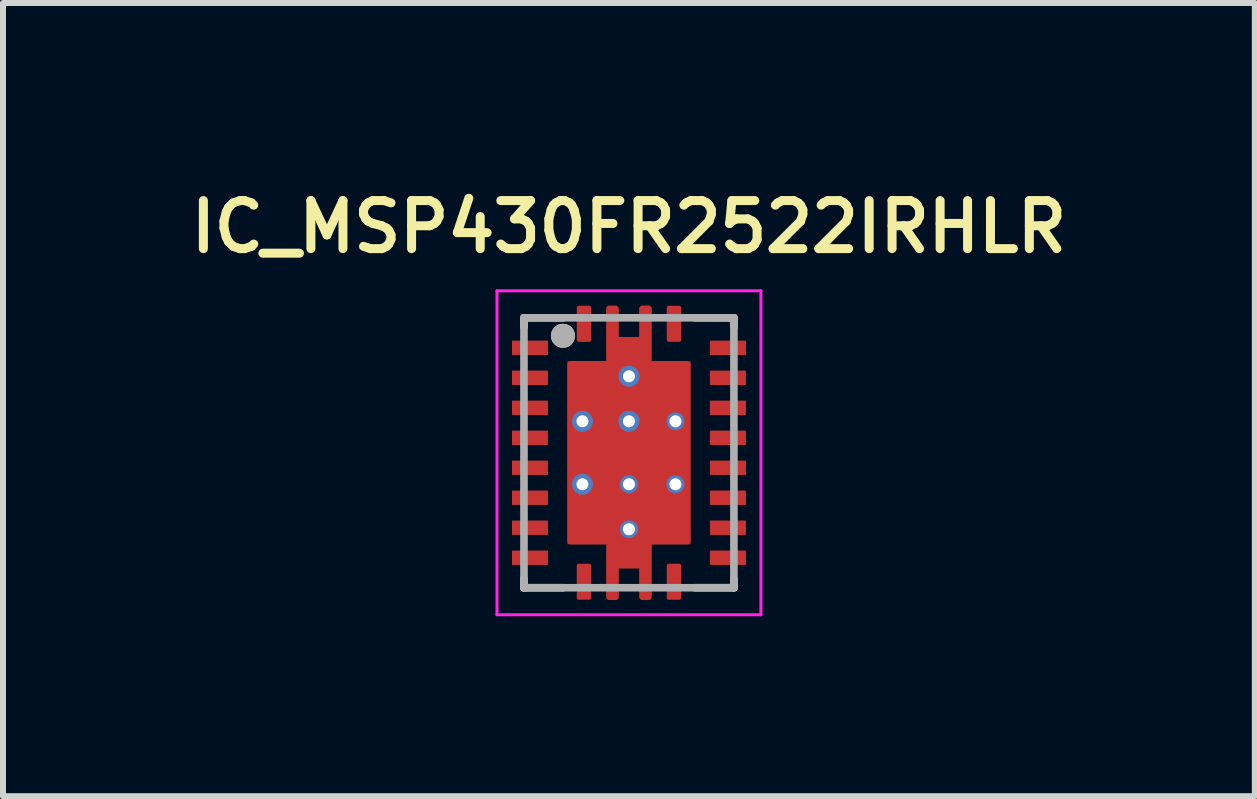
<source format=kicad_pcb>
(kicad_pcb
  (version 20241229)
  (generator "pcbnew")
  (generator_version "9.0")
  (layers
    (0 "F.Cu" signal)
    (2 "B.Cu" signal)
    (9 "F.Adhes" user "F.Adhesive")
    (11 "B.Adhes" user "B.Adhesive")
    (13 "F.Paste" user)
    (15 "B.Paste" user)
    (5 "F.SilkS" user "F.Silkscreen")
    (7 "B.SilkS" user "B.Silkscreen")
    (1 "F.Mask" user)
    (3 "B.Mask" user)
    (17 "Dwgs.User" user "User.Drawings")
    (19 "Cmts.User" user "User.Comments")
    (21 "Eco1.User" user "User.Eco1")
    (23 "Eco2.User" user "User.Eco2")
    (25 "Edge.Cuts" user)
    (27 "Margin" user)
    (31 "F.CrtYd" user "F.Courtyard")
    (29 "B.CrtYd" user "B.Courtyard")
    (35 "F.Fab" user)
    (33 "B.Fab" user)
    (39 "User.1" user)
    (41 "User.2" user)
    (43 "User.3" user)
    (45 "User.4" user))
  (footprint "IC_MSP430FR2522IRHLR"
    (layer "F.Cu")
    (at 7.435 4.498)
    (property "Reference" "IC_MSP430FR2522IRHLR" (at 0 -3.766 0) (layer "F.SilkS") (effects (font (size 0.801 0.801) (thickness 0.15))))
    (attr smd)
    (fp_poly (pts (xy -0.477 -1.627) (xy -0.477 -2.4) (xy -0.477 -2.408) (xy -0.476 -2.416) (xy -0.475 -2.424) (xy -0.474 -2.432) (xy -0.472 -2.439) (xy -0.47 -2.447) (xy -0.467 -2.454) (xy -0.464 -2.462) (xy -0.46 -2.469) (xy -0.457 -2.476) (xy -0.452 -2.483) (xy -0.448 -2.489) (xy -0.443 -2.496) (xy -0.438 -2.502) (xy -0.432 -2.507) (xy -0.427 -2.513) (xy -0.421 -2.518) (xy -0.414 -2.523) (xy -0.408 -2.527) (xy -0.401 -2.532) (xy -0.394 -2.535) (xy -0.387 -2.539) (xy -0.379 -2.542) (xy -0.372 -2.545) (xy -0.364 -2.547) (xy -0.357 -2.549) (xy -0.349 -2.55) (xy -0.341 -2.551) (xy -0.333 -2.552) (xy -0.325 -2.552) (xy -0.225 -2.552) (xy -0.217 -2.552) (xy -0.209 -2.551) (xy -0.201 -2.55) (xy -0.193 -2.549) (xy -0.186 -2.547) (xy -0.178 -2.545) (xy -0.171 -2.542) (xy -0.163 -2.539) (xy -0.156 -2.535) (xy -0.149 -2.532) (xy -0.142 -2.527) (xy -0.136 -2.523) (xy -0.129 -2.518) (xy -0.123 -2.513) (xy -0.118 -2.507) (xy -0.112 -2.502) (xy -0.107 -2.496) (xy -0.102 -2.489) (xy -0.098 -2.483) (xy -0.093 -2.476) (xy -0.09 -2.469) (xy -0.086 -2.462) (xy -0.083 -2.454) (xy -0.08 -2.447) (xy -0.078 -2.439) (xy -0.076 -2.432) (xy -0.075 -2.424) (xy -0.074 -2.416) (xy -0.073 -2.408) (xy -0.073 -2.4) (xy -0.073 -2.027) (xy 0.072 -2.027) (xy 0.073 -2.027) (xy 0.073 -2.402) (xy 0.073 -2.41) (xy 0.074 -2.418) (xy 0.075 -2.425) (xy 0.076 -2.433) (xy 0.078 -2.441) (xy 0.08 -2.448) (xy 0.083 -2.456) (xy 0.086 -2.463) (xy 0.089 -2.47) (xy 0.093 -2.477) (xy 0.097 -2.484) (xy 0.102 -2.49) (xy 0.106 -2.496) (xy 0.112 -2.502) (xy 0.117 -2.508) (xy 0.123 -2.513) (xy 0.129 -2.519) (xy 0.135 -2.523) (xy 0.141 -2.528) (xy 0.148 -2.532) (xy 0.155 -2.536) (xy 0.162 -2.539) (xy 0.169 -2.542) (xy 0.177 -2.545) (xy 0.184 -2.547) (xy 0.192 -2.549) (xy 0.2 -2.55) (xy 0.207 -2.551) (xy 0.215 -2.552) (xy 0.223 -2.552) (xy 0.326 -2.552) (xy 0.334 -2.552) (xy 0.342 -2.551) (xy 0.35 -2.55) (xy 0.357 -2.549) (xy 0.365 -2.547) (xy 0.373 -2.545) (xy 0.38 -2.542) (xy 0.387 -2.539) (xy 0.395 -2.536) (xy 0.401 -2.532) (xy 0.408 -2.528) (xy 0.415 -2.523) (xy 0.421 -2.518) (xy 0.427 -2.513) (xy 0.433 -2.508) (xy 0.438 -2.502) (xy 0.443 -2.496) (xy 0.448 -2.49) (xy 0.453 -2.483) (xy 0.457 -2.476) (xy 0.461 -2.47) (xy 0.464 -2.462) (xy 0.467 -2.455) (xy 0.47 -2.448) (xy 0.472 -2.44) (xy 0.474 -2.432) (xy 0.475 -2.425) (xy 0.476 -2.417) (xy 0.477 -2.409) (xy 0.477 -2.401) (xy 0.477 -1.627) (xy 0.975 -1.627) (xy 0.983 -1.627) (xy 0.991 -1.626) (xy 0.999 -1.625) (xy 1.007 -1.624) (xy 1.014 -1.622) (xy 1.022 -1.62) (xy 1.029 -1.617) (xy 1.037 -1.614) (xy 1.044 -1.61) (xy 1.051 -1.607) (xy 1.058 -1.602) (xy 1.064 -1.598) (xy 1.071 -1.593) (xy 1.077 -1.588) (xy 1.082 -1.582) (xy 1.088 -1.577) (xy 1.093 -1.571) (xy 1.098 -1.564) (xy 1.102 -1.558) (xy 1.107 -1.551) (xy 1.11 -1.544) (xy 1.114 -1.537) (xy 1.117 -1.529) (xy 1.12 -1.522) (xy 1.122 -1.514) (xy 1.124 -1.507) (xy 1.125 -1.499) (xy 1.126 -1.491) (xy 1.127 -1.483) (xy 1.127 -1.475) (xy 1.127 1.476) (xy 1.127 1.484) (xy 1.126 1.492) (xy 1.125 1.499) (xy 1.124 1.507) (xy 1.122 1.515) (xy 1.12 1.522) (xy 1.117 1.53) (xy 1.114 1.537) (xy 1.111 1.544) (xy 1.107 1.551) (xy 1.103 1.558) (xy 1.098 1.564) (xy 1.094 1.57) (xy 1.088 1.576) (xy 1.083 1.582) (xy 1.077 1.587) (xy 1.071 1.593) (xy 1.065 1.597) (xy 1.059 1.602) (xy 1.052 1.606) (xy 1.045 1.61) (xy 1.038 1.613) (xy 1.031 1.616) (xy 1.023 1.619) (xy 1.016 1.621) (xy 1.008 1.623) (xy 1 1.624) (xy 0.993 1.625) (xy 0.985 1.626) (xy 0.977 1.626) (xy 0.478 1.626) (xy 0.477 1.626) (xy 0.477 1.627) (xy 0.477 2.401) (xy 0.477 2.409) (xy 0.476 2.417) (xy 0.475 2.424) (xy 0.474 2.432) (xy 0.472 2.44) (xy 0.47 2.447) (xy 0.467 2.455) (xy 0.464 2.462) (xy 0.461 2.469) (xy 0.457 2.476) (xy 0.453 2.483) (xy 0.448 2.489) (xy 0.444 2.495) (xy 0.438 2.501) (xy 0.433 2.507) (xy 0.427 2.512) (xy 0.421 2.518) (xy 0.415 2.522) (xy 0.409 2.527) (xy 0.402 2.531) (xy 0.395 2.535) (xy 0.388 2.538) (xy 0.381 2.541) (xy 0.373 2.544) (xy 0.366 2.546) (xy 0.358 2.548) (xy 0.35 2.549) (xy 0.343 2.55) (xy 0.335 2.551) (xy 0.327 2.551) (xy 0.222 2.551) (xy 0.214 2.551) (xy 0.206 2.55) (xy 0.199 2.549) (xy 0.191 2.548) (xy 0.183 2.546) (xy 0.176 2.544) (xy 0.169 2.541) (xy 0.161 2.538) (xy 0.154 2.535) (xy 0.147 2.531) (xy 0.141 2.527) (xy 0.134 2.523) (xy 0.128 2.518) (xy 0.122 2.513) (xy 0.117 2.507) (xy 0.111 2.502) (xy 0.106 2.496) (xy 0.101 2.49) (xy 0.097 2.483) (xy 0.093 2.477) (xy 0.089 2.47) (xy 0.086 2.463) (xy 0.083 2.455) (xy 0.08 2.448) (xy 0.078 2.441) (xy 0.076 2.433) (xy 0.075 2.425) (xy 0.074 2.418) (xy 0.073 2.41) (xy 0.073 2.402) (xy 0.073 2.027) (xy -0.072 2.027) (xy -0.073 2.027) (xy -0.073 2.028) (xy -0.073 2.401) (xy -0.073 2.409) (xy -0.074 2.417) (xy -0.075 2.424) (xy -0.076 2.432) (xy -0.078 2.44) (xy -0.08 2.447) (xy -0.083 2.455) (xy -0.086 2.462) (xy -0.089 2.469) (xy -0.093 2.476) (xy -0.097 2.483) (xy -0.102 2.489) (xy -0.106 2.495) (xy -0.112 2.501) (xy -0.117 2.507) (xy -0.123 2.512) (xy -0.129 2.518) (xy -0.135 2.522) (xy -0.141 2.527) (xy -0.148 2.531) (xy -0.155 2.535) (xy -0.162 2.538) (xy -0.169 2.541) (xy -0.177 2.544) (xy -0.184 2.546) (xy -0.192 2.548) (xy -0.2 2.549) (xy -0.207 2.55) (xy -0.215 2.551) (xy -0.223 2.551) (xy -0.329 2.551) (xy -0.337 2.551) (xy -0.344 2.55) (xy -0.352 2.549) (xy -0.36 2.548) (xy -0.367 2.546) (xy -0.375 2.544) (xy -0.382 2.541) (xy -0.389 2.538) (xy -0.396 2.535) (xy -0.403 2.531) (xy -0.41 2.527) (xy -0.416 2.523) (xy -0.422 2.518) (xy -0.428 2.513) (xy -0.434 2.508) (xy -0.439 2.502) (xy -0.444 2.496) (xy -0.449 2.49) (xy -0.453 2.484) (xy -0.457 2.477) (xy -0.461 2.47) (xy -0.464 2.463) (xy -0.467 2.456) (xy -0.47 2.449) (xy -0.472 2.441) (xy -0.474 2.434) (xy -0.475 2.426) (xy -0.476 2.418) (xy -0.477 2.411) (xy -0.477 2.403) (xy -0.477 1.627) (xy -0.975 1.627) (xy -0.983 1.627) (xy -0.991 1.626) (xy -0.999 1.625) (xy -1.007 1.624) (xy -1.014 1.622) (xy -1.022 1.62) (xy -1.029 1.617) (xy -1.037 1.614) (xy -1.044 1.61) (xy -1.051 1.607) (xy -1.058 1.602) (xy -1.064 1.598) (xy -1.071 1.593) (xy -1.077 1.588) (xy -1.082 1.582) (xy -1.088 1.577) (xy -1.093 1.571) (xy -1.098 1.564) (xy -1.102 1.558) (xy -1.107 1.551) (xy -1.11 1.544) (xy -1.114 1.537) (xy -1.117 1.529) (xy -1.12 1.522) (xy -1.122 1.514) (xy -1.124 1.507) (xy -1.125 1.499) (xy -1.126 1.491) (xy -1.127 1.483) (xy -1.127 1.475) (xy -1.127 -1.474) (xy -1.127 -1.482) (xy -1.126 -1.49) (xy -1.125 -1.498) (xy -1.124 -1.506) (xy -1.122 -1.513) (xy -1.12 -1.521) (xy -1.117 -1.528) (xy -1.114 -1.536) (xy -1.11 -1.543) (xy -1.107 -1.55) (xy -1.102 -1.557) (xy -1.098 -1.563) (xy -1.093 -1.57) (xy -1.088 -1.576) (xy -1.082 -1.581) (xy -1.077 -1.587) (xy -1.071 -1.592) (xy -1.064 -1.597) (xy -1.058 -1.601) (xy -1.051 -1.606) (xy -1.044 -1.609) (xy -1.037 -1.613) (xy -1.029 -1.616) (xy -1.022 -1.619) (xy -1.014 -1.621) (xy -1.007 -1.623) (xy -0.999 -1.624) (xy -0.991 -1.625) (xy -0.983 -1.626) (xy -0.975 -1.626) (xy -0.478 -1.626) (xy -0.477 -1.626) (xy -0.477 -1.627)) (stroke (width 0.01) (type solid)) (fill yes) (layer "F.Mask"))
    (fp_line (start -1.75 -2.25) (end -1.1 -2.25) (stroke (width 0.127) (type solid)) (layer "F.SilkS"))
    (fp_line (start -1.75 -2.1) (end -1.75 -2.25) (stroke (width 0.127) (type solid)) (layer "F.SilkS"))
    (fp_line (start -1.75 2.1) (end -1.75 2.25) (stroke (width 0.127) (type solid)) (layer "F.SilkS"))
    (fp_line (start -1.75 2.25) (end -1.1 2.25) (stroke (width 0.127) (type solid)) (layer "F.SilkS"))
    (fp_line (start 1.1 -2.25) (end 1.75 -2.25) (stroke (width 0.127) (type solid)) (layer "F.SilkS"))
    (fp_line (start 1.1 2.25) (end 1.75 2.25) (stroke (width 0.127) (type solid)) (layer "F.SilkS"))
    (fp_line (start 1.75 -2.25) (end 1.75 -2.1) (stroke (width 0.127) (type solid)) (layer "F.SilkS"))
    (fp_line (start 1.75 2.25) (end 1.75 2.1) (stroke (width 0.127) (type solid)) (layer "F.SilkS"))
    (fp_circle (center -1.1 -1.95) (end -1.1 -1.95) (stroke (width 0.2) (type solid)) (fill no) (layer "F.SilkS"))
    (fp_poly (pts (xy -1.02 -0.625) (xy -0.1 -0.625) (xy -0.1 -1.475) (xy -1.02 -1.475)) (stroke (width 0.01) (type solid)) (fill yes) (layer "F.Paste"))
    (fp_poly (pts (xy -1.02 0.425) (xy -0.1 0.425) (xy -0.1 -0.425) (xy -1.02 -0.425)) (stroke (width 0.01) (type solid)) (fill yes) (layer "F.Paste"))
    (fp_poly (pts (xy -1.02 1.475) (xy -0.1 1.475) (xy -0.1 0.625) (xy -1.02 0.625)) (stroke (width 0.01) (type solid)) (fill yes) (layer "F.Paste"))
    (fp_poly (pts (xy 0.1 -0.625) (xy 1.02 -0.625) (xy 1.02 -1.475) (xy 0.1 -1.475)) (stroke (width 0.01) (type solid)) (fill yes) (layer "F.Paste"))
    (fp_poly (pts (xy 0.1 0.425) (xy 1.02 0.425) (xy 1.02 -0.425) (xy 0.1 -0.425)) (stroke (width 0.01) (type solid)) (fill yes) (layer "F.Paste"))
    (fp_poly (pts (xy 0.1 1.475) (xy 1.02 1.475) (xy 1.02 0.625) (xy 0.1 0.625)) (stroke (width 0.01) (type solid)) (fill yes) (layer "F.Paste"))
    (fp_poly (pts (xy -0.375 -1.675) (xy -0.375 -2.4) (xy -0.375 -2.403) (xy -0.375 -2.405) (xy -0.374 -2.408) (xy -0.374 -2.41) (xy -0.373 -2.413) (xy -0.373 -2.415) (xy -0.372 -2.418) (xy -0.371 -2.42) (xy -0.37 -2.423) (xy -0.368 -2.425) (xy -0.367 -2.427) (xy -0.365 -2.429) (xy -0.364 -2.431) (xy -0.362 -2.433) (xy -0.36 -2.435) (xy -0.358 -2.437) (xy -0.356 -2.439) (xy -0.354 -2.44) (xy -0.352 -2.442) (xy -0.35 -2.443) (xy -0.348 -2.445) (xy -0.345 -2.446) (xy -0.343 -2.447) (xy -0.34 -2.448) (xy -0.338 -2.448) (xy -0.335 -2.449) (xy -0.333 -2.449) (xy -0.33 -2.45) (xy -0.328 -2.45) (xy -0.325 -2.45) (xy -0.225 -2.45) (xy -0.222 -2.45) (xy -0.22 -2.45) (xy -0.217 -2.449) (xy -0.215 -2.449) (xy -0.212 -2.448) (xy -0.21 -2.448) (xy -0.207 -2.447) (xy -0.205 -2.446) (xy -0.202 -2.445) (xy -0.2 -2.443) (xy -0.198 -2.442) (xy -0.196 -2.44) (xy -0.194 -2.439) (xy -0.192 -2.437) (xy -0.19 -2.435) (xy -0.188 -2.433) (xy -0.186 -2.431) (xy -0.185 -2.429) (xy -0.183 -2.427) (xy -0.182 -2.425) (xy -0.18 -2.423) (xy -0.179 -2.42) (xy -0.178 -2.418) (xy -0.177 -2.415) (xy -0.177 -2.413) (xy -0.176 -2.41) (xy -0.176 -2.408) (xy -0.175 -2.405) (xy -0.175 -2.403) (xy -0.175 -2.4) (xy -0.175 -1.925) (xy 0.175 -1.925) (xy 0.175 -2.4) (xy 0.175 -2.403) (xy 0.175 -2.405) (xy 0.176 -2.408) (xy 0.176 -2.41) (xy 0.177 -2.413) (xy 0.177 -2.415) (xy 0.178 -2.418) (xy 0.179 -2.42) (xy 0.18 -2.423) (xy 0.182 -2.425) (xy 0.183 -2.427) (xy 0.185 -2.429) (xy 0.186 -2.431) (xy 0.188 -2.433) (xy 0.19 -2.435) (xy 0.192 -2.437) (xy 0.194 -2.439) (xy 0.196 -2.44) (xy 0.198 -2.442) (xy 0.2 -2.443) (xy 0.202 -2.445) (xy 0.205 -2.446) (xy 0.207 -2.447) (xy 0.21 -2.448) (xy 0.212 -2.448) (xy 0.215 -2.449) (xy 0.217 -2.449) (xy 0.22 -2.45) (xy 0.222 -2.45) (xy 0.225 -2.45) (xy 0.325 -2.45) (xy 0.328 -2.45) (xy 0.33 -2.45) (xy 0.333 -2.449) (xy 0.335 -2.449) (xy 0.338 -2.448) (xy 0.34 -2.448) (xy 0.343 -2.447) (xy 0.345 -2.446) (xy 0.348 -2.445) (xy 0.35 -2.443) (xy 0.352 -2.442) (xy 0.354 -2.44) (xy 0.356 -2.439) (xy 0.358 -2.437) (xy 0.36 -2.435) (xy 0.362 -2.433) (xy 0.364 -2.431) (xy 0.365 -2.429) (xy 0.367 -2.427) (xy 0.368 -2.425) (xy 0.37 -2.423) (xy 0.371 -2.42) (xy 0.372 -2.418) (xy 0.373 -2.415) (xy 0.373 -2.413) (xy 0.374 -2.41) (xy 0.374 -2.408) (xy 0.375 -2.405) (xy 0.375 -2.403) (xy 0.375 -2.4) (xy 0.375 -1.675) (xy -0.375 -1.675)) (stroke (width 0.01) (type solid)) (fill yes) (layer "F.Paste"))
    (fp_poly (pts (xy 0.375 1.675) (xy 0.375 2.4) (xy 0.375 2.403) (xy 0.375 2.405) (xy 0.374 2.408) (xy 0.374 2.41) (xy 0.373 2.413) (xy 0.373 2.415) (xy 0.372 2.418) (xy 0.371 2.42) (xy 0.37 2.423) (xy 0.368 2.425) (xy 0.367 2.427) (xy 0.365 2.429) (xy 0.364 2.431) (xy 0.362 2.433) (xy 0.36 2.435) (xy 0.358 2.437) (xy 0.356 2.439) (xy 0.354 2.44) (xy 0.352 2.442) (xy 0.35 2.443) (xy 0.348 2.445) (xy 0.345 2.446) (xy 0.343 2.447) (xy 0.34 2.448) (xy 0.338 2.448) (xy 0.335 2.449) (xy 0.333 2.449) (xy 0.33 2.45) (xy 0.328 2.45) (xy 0.325 2.45) (xy 0.225 2.45) (xy 0.222 2.45) (xy 0.22 2.45) (xy 0.217 2.449) (xy 0.215 2.449) (xy 0.212 2.448) (xy 0.21 2.448) (xy 0.207 2.447) (xy 0.205 2.446) (xy 0.202 2.445) (xy 0.2 2.443) (xy 0.198 2.442) (xy 0.196 2.44) (xy 0.194 2.439) (xy 0.192 2.437) (xy 0.19 2.435) (xy 0.188 2.433) (xy 0.186 2.431) (xy 0.185 2.429) (xy 0.183 2.427) (xy 0.182 2.425) (xy 0.18 2.423) (xy 0.179 2.42) (xy 0.178 2.418) (xy 0.177 2.415) (xy 0.177 2.413) (xy 0.176 2.41) (xy 0.176 2.408) (xy 0.175 2.405) (xy 0.175 2.403) (xy 0.175 2.4) (xy 0.175 1.925) (xy -0.175 1.925) (xy -0.175 2.4) (xy -0.175 2.403) (xy -0.175 2.405) (xy -0.176 2.408) (xy -0.176 2.41) (xy -0.177 2.413) (xy -0.177 2.415) (xy -0.178 2.418) (xy -0.179 2.42) (xy -0.18 2.423) (xy -0.182 2.425) (xy -0.183 2.427) (xy -0.185 2.429) (xy -0.186 2.431) (xy -0.188 2.433) (xy -0.19 2.435) (xy -0.192 2.437) (xy -0.194 2.439) (xy -0.196 2.44) (xy -0.198 2.442) (xy -0.2 2.443) (xy -0.202 2.445) (xy -0.205 2.446) (xy -0.207 2.447) (xy -0.21 2.448) (xy -0.212 2.448) (xy -0.215 2.449) (xy -0.217 2.449) (xy -0.22 2.45) (xy -0.222 2.45) (xy -0.225 2.45) (xy -0.325 2.45) (xy -0.328 2.45) (xy -0.33 2.45) (xy -0.333 2.449) (xy -0.335 2.449) (xy -0.338 2.448) (xy -0.34 2.448) (xy -0.343 2.447) (xy -0.345 2.446) (xy -0.348 2.445) (xy -0.35 2.443) (xy -0.352 2.442) (xy -0.354 2.44) (xy -0.356 2.439) (xy -0.358 2.437) (xy -0.36 2.435) (xy -0.362 2.433) (xy -0.364 2.431) (xy -0.365 2.429) (xy -0.367 2.427) (xy -0.368 2.425) (xy -0.37 2.423) (xy -0.371 2.42) (xy -0.372 2.418) (xy -0.373 2.415) (xy -0.373 2.413) (xy -0.374 2.41) (xy -0.374 2.408) (xy -0.375 2.405) (xy -0.375 2.403) (xy -0.375 2.4) (xy -0.375 1.675) (xy 0.375 1.675)) (stroke (width 0.01) (type solid)) (fill yes) (layer "F.Paste"))
    (fp_line (start -2.2 -2.7) (end -2.2 2.7) (stroke (width 0.05) (type solid)) (layer "F.CrtYd"))
    (fp_line (start -2.2 2.7) (end 2.2 2.7) (stroke (width 0.05) (type solid)) (layer "F.CrtYd"))
    (fp_line (start 2.2 -2.7) (end -2.2 -2.7) (stroke (width 0.05) (type solid)) (layer "F.CrtYd"))
    (fp_line (start 2.2 2.7) (end 2.2 -2.7) (stroke (width 0.05) (type solid)) (layer "F.CrtYd"))
    (fp_line (start -1.75 -2.25) (end 1.75 -2.25) (stroke (width 0.127) (type solid)) (layer "F.Fab"))
    (fp_line (start -1.75 2.25) (end -1.75 -2.25) (stroke (width 0.127) (type solid)) (layer "F.Fab"))
    (fp_line (start 1.75 -2.25) (end 1.75 2.25) (stroke (width 0.127) (type solid)) (layer "F.Fab"))
    (fp_line (start 1.75 2.25) (end -1.75 2.25) (stroke (width 0.127) (type solid)) (layer "F.Fab"))
    (fp_circle (center -1.1 -1.95) (end -1.1 -1.95) (stroke (width 0.2) (type solid)) (fill no) (layer "F.Fab"))
    (pad "1" smd roundrect (at -0.75 -2.15) (size 0.24 0.6) (layers "F.Cu" "F.Mask" "F.Paste") (roundrect_rratio 0.13))
    (pad "2" smd roundrect (at -1.65 -1.75) (size 0.6 0.24) (layers "F.Cu" "F.Mask" "F.Paste") (roundrect_rratio 0.05))
    (pad "3" smd roundrect (at -1.65 -1.25) (size 0.6 0.24) (layers "F.Cu" "F.Mask" "F.Paste") (roundrect_rratio 0.05))
    (pad "4" smd roundrect (at -1.65 -0.75) (size 0.6 0.24) (layers "F.Cu" "F.Mask" "F.Paste") (roundrect_rratio 0.05))
    (pad "5" smd roundrect (at -1.65 -0.25) (size 0.6 0.24) (layers "F.Cu" "F.Mask" "F.Paste") (roundrect_rratio 0.05))
    (pad "6" smd roundrect (at -1.65 0.25) (size 0.6 0.24) (layers "F.Cu" "F.Mask" "F.Paste") (roundrect_rratio 0.05))
    (pad "7" smd roundrect (at -1.65 0.75) (size 0.6 0.24) (layers "F.Cu" "F.Mask" "F.Paste") (roundrect_rratio 0.05))
    (pad "8" smd roundrect (at -1.65 1.25) (size 0.6 0.24) (layers "F.Cu" "F.Mask" "F.Paste") (roundrect_rratio 0.05))
    (pad "9" smd roundrect (at -1.65 1.75) (size 0.6 0.24) (layers "F.Cu" "F.Mask" "F.Paste") (roundrect_rratio 0.05))
    (pad "10" smd roundrect (at -0.75 2.15) (size 0.24 0.6) (layers "F.Cu" "F.Mask" "F.Paste") (roundrect_rratio 0.13))
    (pad "11" smd roundrect (at 0.75 2.15) (size 0.24 0.6) (layers "F.Cu" "F.Mask" "F.Paste") (roundrect_rratio 0.13))
    (pad "12" smd roundrect (at 1.65 1.75) (size 0.6 0.24) (layers "F.Cu" "F.Mask" "F.Paste") (roundrect_rratio 0.05))
    (pad "13" smd roundrect (at 1.65 1.25) (size 0.6 0.24) (layers "F.Cu" "F.Mask" "F.Paste") (roundrect_rratio 0.05))
    (pad "14" smd roundrect (at 1.65 0.75) (size 0.6 0.24) (layers "F.Cu" "F.Mask" "F.Paste") (roundrect_rratio 0.05))
    (pad "15" smd roundrect (at 1.65 0.25) (size 0.6 0.24) (layers "F.Cu" "F.Mask" "F.Paste") (roundrect_rratio 0.05))
    (pad "16" smd roundrect (at 1.65 -0.25) (size 0.6 0.24) (layers "F.Cu" "F.Mask" "F.Paste") (roundrect_rratio 0.05))
    (pad "17" smd roundrect (at 1.65 -0.75) (size 0.6 0.24) (layers "F.Cu" "F.Mask" "F.Paste") (roundrect_rratio 0.05))
    (pad "18" smd roundrect (at 1.65 -1.25) (size 0.6 0.24) (layers "F.Cu" "F.Mask" "F.Paste") (roundrect_rratio 0.05))
    (pad "19" smd roundrect (at 1.65 -1.75) (size 0.6 0.24) (layers "F.Cu" "F.Mask" "F.Paste") (roundrect_rratio 0.05))
    (pad "20" smd roundrect (at 0.75 -2.15) (size 0.24 0.6) (layers "F.Cu" "F.Mask" "F.Paste") (roundrect_rratio 0.13))
    (pad "21" thru_hole circle (at -0.775 -0.525) (size 0.35 0.35) (drill 0.2) (layers "*.Cu" "*.Mask"))
    (pad "21" thru_hole circle (at -0.775 0.525) (size 0.35 0.35) (drill 0.2) (layers "*.Cu" "*.Mask"))
    (pad "21" thru_hole circle (at 0 -1.275) (size 0.35 0.35) (drill 0.2) (layers "*.Cu" "*.Mask"))
    (pad "21" thru_hole circle (at 0 -0.525) (size 0.35 0.35) (drill 0.2) (layers "*.Cu" "*.Mask"))
    (pad "21" smd custom (at 0 0) (size 2.05 3.05) (layers "F.Cu" "F.Mask") (options (anchor rect)) (primitives (gr_poly (pts (xy -0.375 -1.525) (xy -0.375 -2.4) (xy -0.375 -2.403) (xy -0.375 -2.405) (xy -0.374 -2.408) (xy -0.374 -2.41) (xy -0.373 -2.413) (xy -0.373 -2.415) (xy -0.372 -2.418) (xy -0.371 -2.42) (xy -0.37 -2.423) (xy -0.368 -2.425) (xy -0.367 -2.427) (xy -0.365 -2.429) (xy -0.364 -2.431) (xy -0.362 -2.433) (xy -0.36 -2.435) (xy -0.358 -2.437) (xy -0.356 -2.439) (xy -0.354 -2.44) (xy -0.352 -2.442) (xy -0.35 -2.443) (xy -0.348 -2.445) (xy -0.345 -2.446) (xy -0.343 -2.447) (xy -0.34 -2.448) (xy -0.338 -2.448) (xy -0.335 -2.449) (xy -0.333 -2.449) (xy -0.33 -2.45) (xy -0.328 -2.45) (xy -0.325 -2.45) (xy -0.225 -2.45) (xy -0.222 -2.45) (xy -0.22 -2.45) (xy -0.217 -2.449) (xy -0.215 -2.449) (xy -0.212 -2.448) (xy -0.21 -2.448) (xy -0.207 -2.447) (xy -0.205 -2.446) (xy -0.202 -2.445) (xy -0.2 -2.443) (xy -0.198 -2.442) (xy -0.196 -2.44) (xy -0.194 -2.439) (xy -0.192 -2.437) (xy -0.19 -2.435) (xy -0.188 -2.433) (xy -0.186 -2.431) (xy -0.185 -2.429) (xy -0.183 -2.427) (xy -0.182 -2.425) (xy -0.18 -2.423) (xy -0.179 -2.42) (xy -0.178 -2.418) (xy -0.177 -2.415) (xy -0.177 -2.413) (xy -0.176 -2.41) (xy -0.176 -2.408) (xy -0.175 -2.405) (xy -0.175 -2.403) (xy -0.175 -2.4) (xy -0.175 -1.925) (xy 0.175 -1.925) (xy 0.175 -2.4) (xy 0.175 -2.403) (xy 0.175 -2.405) (xy 0.176 -2.408) (xy 0.176 -2.41) (xy 0.177 -2.413) (xy 0.177 -2.415) (xy 0.178 -2.418) (xy 0.179 -2.42) (xy 0.18 -2.423) (xy 0.182 -2.425) (xy 0.183 -2.427) (xy 0.185 -2.429) (xy 0.186 -2.431) (xy 0.188 -2.433) (xy 0.19 -2.435) (xy 0.192 -2.437) (xy 0.194 -2.439) (xy 0.196 -2.44) (xy 0.198 -2.442) (xy 0.2 -2.443) (xy 0.202 -2.445) (xy 0.205 -2.446) (xy 0.207 -2.447) (xy 0.21 -2.448) (xy 0.212 -2.448) (xy 0.215 -2.449) (xy 0.217 -2.449) (xy 0.22 -2.45) (xy 0.222 -2.45) (xy 0.225 -2.45) (xy 0.325 -2.45) (xy 0.328 -2.45) (xy 0.33 -2.45) (xy 0.333 -2.449) (xy 0.335 -2.449) (xy 0.338 -2.448) (xy 0.34 -2.448) (xy 0.343 -2.447) (xy 0.345 -2.446) (xy 0.348 -2.445) (xy 0.35 -2.443) (xy 0.352 -2.442) (xy 0.354 -2.44) (xy 0.356 -2.439) (xy 0.358 -2.437) (xy 0.36 -2.435) (xy 0.362 -2.433) (xy 0.364 -2.431) (xy 0.365 -2.429) (xy 0.367 -2.427) (xy 0.368 -2.425) (xy 0.37 -2.423) (xy 0.371 -2.42) (xy 0.372 -2.418) (xy 0.373 -2.415) (xy 0.373 -2.413) (xy 0.374 -2.41) (xy 0.374 -2.408) (xy 0.375 -2.405) (xy 0.375 -2.403) (xy 0.375 -2.4) (xy 0.375 -1.525) (xy 0.975 -1.525) (xy 0.978 -1.525) (xy 0.98 -1.525) (xy 0.983 -1.524) (xy 0.985 -1.524) (xy 0.988 -1.523) (xy 0.99 -1.523) (xy 0.993 -1.522) (xy 0.995 -1.521) (xy 0.998 -1.52) (xy 1 -1.518) (xy 1.002 -1.517) (xy 1.004 -1.515) (xy 1.006 -1.514) (xy 1.008 -1.512) (xy 1.01 -1.51) (xy 1.012 -1.508) (xy 1.014 -1.506) (xy 1.015 -1.504) (xy 1.017 -1.502) (xy 1.018 -1.5) (xy 1.02 -1.498) (xy 1.021 -1.495) (xy 1.022 -1.493) (xy 1.023 -1.49) (xy 1.023 -1.488) (xy 1.024 -1.485) (xy 1.024 -1.483) (xy 1.025 -1.48) (xy 1.025 -1.478) (xy 1.025 -1.475) (xy 1.025 1.475) (xy 1.025 1.478) (xy 1.025 1.48) (xy 1.024 1.483) (xy 1.024 1.485) (xy 1.023 1.488) (xy 1.023 1.49) (xy 1.022 1.493) (xy 1.021 1.495) (xy 1.02 1.498) (xy 1.018 1.5) (xy 1.017 1.502) (xy 1.015 1.504) (xy 1.014 1.506) (xy 1.012 1.508) (xy 1.01 1.51) (xy 1.008 1.512) (xy 1.006 1.514) (xy 1.004 1.515) (xy 1.002 1.517) (xy 1 1.518) (xy 0.998 1.52) (xy 0.995 1.521) (xy 0.993 1.522) (xy 0.99 1.523) (xy 0.988 1.523) (xy 0.985 1.524) (xy 0.983 1.524) (xy 0.98 1.525) (xy 0.978 1.525) (xy 0.975 1.525) (xy 0.375 1.525) (xy 0.375 2.4) (xy 0.375 2.403) (xy 0.375 2.405) (xy 0.374 2.408) (xy 0.374 2.41) (xy 0.373 2.413) (xy 0.373 2.415) (xy 0.372 2.418) (xy 0.371 2.42) (xy 0.37 2.423) (xy 0.368 2.425) (xy 0.367 2.427) (xy 0.365 2.429) (xy 0.364 2.431) (xy 0.362 2.433) (xy 0.36 2.435) (xy 0.358 2.437) (xy 0.356 2.439) (xy 0.354 2.44) (xy 0.352 2.442) (xy 0.35 2.443) (xy 0.348 2.445) (xy 0.345 2.446) (xy 0.343 2.447) (xy 0.34 2.448) (xy 0.338 2.448) (xy 0.335 2.449) (xy 0.333 2.449) (xy 0.33 2.45) (xy 0.328 2.45) (xy 0.325 2.45) (xy 0.225 2.45) (xy 0.222 2.45) (xy 0.22 2.45) (xy 0.217 2.449) (xy 0.215 2.449) (xy 0.212 2.448) (xy 0.21 2.448) (xy 0.207 2.447) (xy 0.205 2.446) (xy 0.202 2.445) (xy 0.2 2.443) (xy 0.198 2.442) (xy 0.196 2.44) (xy 0.194 2.439) (xy 0.192 2.437) (xy 0.19 2.435) (xy 0.188 2.433) (xy 0.186 2.431) (xy 0.185 2.429) (xy 0.183 2.427) (xy 0.182 2.425) (xy 0.18 2.423) (xy 0.179 2.42) (xy 0.178 2.418) (xy 0.177 2.415) (xy 0.177 2.413) (xy 0.176 2.41) (xy 0.176 2.408) (xy 0.175 2.405) (xy 0.175 2.403) (xy 0.175 2.4) (xy 0.175 1.925) (xy -0.175 1.925) (xy -0.175 2.4) (xy -0.175 2.403) (xy -0.175 2.405) (xy -0.176 2.408) (xy -0.176 2.41) (xy -0.177 2.413) (xy -0.177 2.415) (xy -0.178 2.418) (xy -0.179 2.42) (xy -0.18 2.423) (xy -0.182 2.425) (xy -0.183 2.427) (xy -0.185 2.429) (xy -0.186 2.431) (xy -0.188 2.433) (xy -0.19 2.435) (xy -0.192 2.437) (xy -0.194 2.439) (xy -0.196 2.44) (xy -0.198 2.442) (xy -0.2 2.443) (xy -0.202 2.445) (xy -0.205 2.446) (xy -0.207 2.447) (xy -0.21 2.448) (xy -0.212 2.448) (xy -0.215 2.449) (xy -0.217 2.449) (xy -0.22 2.45) (xy -0.222 2.45) (xy -0.225 2.45) (xy -0.325 2.45) (xy -0.328 2.45) (xy -0.33 2.45) (xy -0.333 2.449) (xy -0.335 2.449) (xy -0.338 2.448) (xy -0.34 2.448) (xy -0.343 2.447) (xy -0.345 2.446) (xy -0.348 2.445) (xy -0.35 2.443) (xy -0.352 2.442) (xy -0.354 2.44) (xy -0.356 2.439) (xy -0.358 2.437) (xy -0.36 2.435) (xy -0.362 2.433) (xy -0.364 2.431) (xy -0.365 2.429) (xy -0.367 2.427) (xy -0.368 2.425) (xy -0.37 2.423) (xy -0.371 2.42) (xy -0.372 2.418) (xy -0.373 2.415) (xy -0.373 2.413) (xy -0.374 2.41) (xy -0.374 2.408) (xy -0.375 2.405) (xy -0.375 2.403) (xy -0.375 2.4) (xy -0.375 1.525) (xy -0.975 1.525) (xy -0.978 1.525) (xy -0.98 1.525) (xy -0.983 1.524) (xy -0.985 1.524) (xy -0.988 1.523) (xy -0.99 1.523) (xy -0.993 1.522) (xy -0.995 1.521) (xy -0.998 1.52) (xy -1 1.518) (xy -1.002 1.517) (xy -1.004 1.515) (xy -1.006 1.514) (xy -1.008 1.512) (xy -1.01 1.51) (xy -1.012 1.508) (xy -1.014 1.506) (xy -1.015 1.504) (xy -1.017 1.502) (xy -1.018 1.5) (xy -1.02 1.498) (xy -1.021 1.495) (xy -1.022 1.493) (xy -1.023 1.49) (xy -1.023 1.488) (xy -1.024 1.485) (xy -1.024 1.483) (xy -1.025 1.48) (xy -1.025 1.478) (xy -1.025 1.475) (xy -1.025 -1.475) (xy -1.025 -1.478) (xy -1.025 -1.48) (xy -1.024 -1.483) (xy -1.024 -1.485) (xy -1.023 -1.488) (xy -1.023 -1.49) (xy -1.022 -1.493) (xy -1.021 -1.495) (xy -1.02 -1.498) (xy -1.018 -1.5) (xy -1.017 -1.502) (xy -1.015 -1.504) (xy -1.014 -1.506) (xy -1.012 -1.508) (xy -1.01 -1.51) (xy -1.008 -1.512) (xy -1.006 -1.514) (xy -1.004 -1.515) (xy -1.002 -1.517) (xy -1 -1.518) (xy -0.998 -1.52) (xy -0.995 -1.521) (xy -0.993 -1.522) (xy -0.99 -1.523) (xy -0.988 -1.523) (xy -0.985 -1.524) (xy -0.983 -1.524) (xy -0.98 -1.525) (xy -0.978 -1.525) (xy -0.975 -1.525) (xy -0.375 -1.525)) (width 0.01) (fill yes))))
    (pad "21" thru_hole circle (at 0 0.525) (size 0.3 0.3) (drill 0.2) (layers "*.Cu" "*.Mask"))
    (pad "21" thru_hole circle (at 0 1.275) (size 0.3 0.3) (drill 0.2) (layers "*.Cu" "*.Mask"))
    (pad "21" thru_hole circle (at 0.775 -0.525) (size 0.3 0.3) (drill 0.2) (layers "*.Cu" "*.Mask"))
    (pad "21" thru_hole circle (at 0.775 0.525) (size 0.3 0.3) (drill 0.2) (layers "*.Cu" "*.Mask")))
  (gr_rect
    (start -3 -3)
    (end 17.869 10.223)
    (stroke (width 0.1) (type default))
    (fill no)
    (layer "Edge.Cuts")))
</source>
